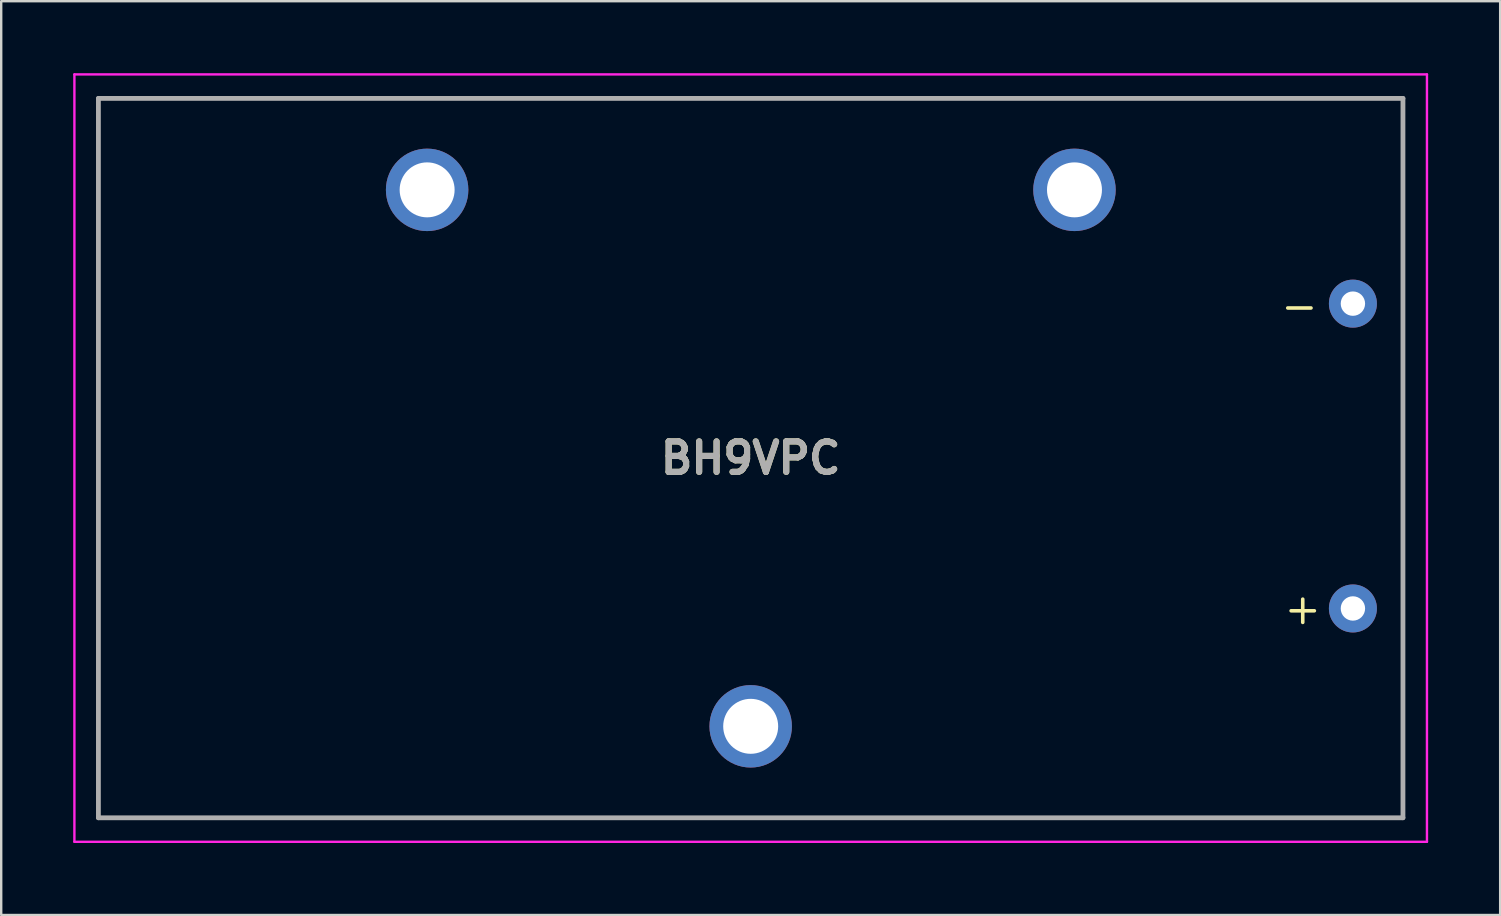
<source format=kicad_pcb>
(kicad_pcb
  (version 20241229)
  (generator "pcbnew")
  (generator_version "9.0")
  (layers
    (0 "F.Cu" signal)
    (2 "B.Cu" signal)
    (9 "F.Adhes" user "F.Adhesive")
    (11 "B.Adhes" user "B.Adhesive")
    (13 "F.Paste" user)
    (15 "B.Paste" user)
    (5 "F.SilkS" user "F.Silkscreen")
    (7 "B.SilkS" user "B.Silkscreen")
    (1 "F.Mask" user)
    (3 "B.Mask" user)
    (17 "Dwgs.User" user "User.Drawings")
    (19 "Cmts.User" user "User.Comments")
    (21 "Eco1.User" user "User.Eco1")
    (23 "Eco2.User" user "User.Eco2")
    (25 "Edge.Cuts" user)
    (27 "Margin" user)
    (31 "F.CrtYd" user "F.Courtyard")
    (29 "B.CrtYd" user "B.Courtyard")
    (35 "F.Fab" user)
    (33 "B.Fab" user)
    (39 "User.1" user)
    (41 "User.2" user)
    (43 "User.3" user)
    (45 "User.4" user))
  (footprint "BH9VPC"
    (layer "F.Cu")
    (at 28.225 16.035)
    (property "Reference" "BH9VPC" (at 0 0 0) (layer "F.SilkS") (effects (font (size 1.27 1.27) (thickness 0.254))))
    (attr through_hole)
    (fp_line (start -27.175 -14.985) (end 27.175 -14.985) (stroke (width 0.1) (type solid)) (layer "F.SilkS"))
    (fp_line (start -27.175 14.985) (end -27.175 -14.985) (stroke (width 0.1) (type solid)) (layer "F.SilkS"))
    (fp_line (start 27.175 -14.985) (end 27.175 14.985) (stroke (width 0.1) (type solid)) (layer "F.SilkS"))
    (fp_line (start 27.175 14.985) (end -27.175 14.985) (stroke (width 0.1) (type solid)) (layer "F.SilkS"))
    (fp_line (start -28.175 -15.985) (end 28.175 -15.985) (stroke (width 0.1) (type solid)) (layer "F.CrtYd"))
    (fp_line (start -28.175 15.985) (end -28.175 -15.985) (stroke (width 0.1) (type solid)) (layer "F.CrtYd"))
    (fp_line (start 28.175 -15.985) (end 28.175 15.985) (stroke (width 0.1) (type solid)) (layer "F.CrtYd"))
    (fp_line (start 28.175 15.985) (end -28.175 15.985) (stroke (width 0.1) (type solid)) (layer "F.CrtYd"))
    (fp_line (start -27.175 -14.985) (end 27.175 -14.985) (stroke (width 0.2) (type solid)) (layer "F.Fab"))
    (fp_line (start -27.175 14.985) (end -27.175 -14.985) (stroke (width 0.2) (type solid)) (layer "F.Fab"))
    (fp_line (start 27.175 -14.985) (end 27.175 14.985) (stroke (width 0.2) (type solid)) (layer "F.Fab"))
    (fp_line (start 27.175 14.985) (end -27.175 14.985) (stroke (width 0.2) (type solid)) (layer "F.Fab"))
    (fp_text user "-" (at 22.86 -6.35 0) (layer "F.SilkS") (effects (font (size 1.27 1.27) (thickness 0.15))))
    (fp_text user "+" (at 23 6.265 0) (layer "F.SilkS") (effects (font (size 1.27 1.27) (thickness 0.15))))
    (fp_text user "${REFERENCE}" (at 0 0 0) (layer "F.Fab") (effects (font (size 1.27 1.27) (thickness 0.254))))
    (pad "" np_thru_hole circle (at -13.48 -11.175) (size 3.435 3.435) (drill 2.29) (layers "*.Cu" "*.Mask"))
    (pad "" np_thru_hole circle (at 0 11.175) (size 3.435 3.435) (drill 2.29) (layers "*.Cu" "*.Mask"))
    (pad "" np_thru_hole circle (at 13.49 -11.175) (size 3.435 3.435) (drill 2.29) (layers "*.Cu" "*.Mask"))
    (pad "1" thru_hole circle (at 25.09 6.265) (size 2 2) (drill 1.016) (layers "*.Cu" "*.Mask"))
    (pad "2" thru_hole circle (at 25.09 -6.435) (size 2 2) (drill 1.016) (layers "*.Cu" "*.Mask")))
  (gr_rect
    (start -3 -3)
    (end 59.45 35.07)
    (stroke (width 0.1) (type default))
    (fill no)
    (layer "Edge.Cuts")))
</source>
